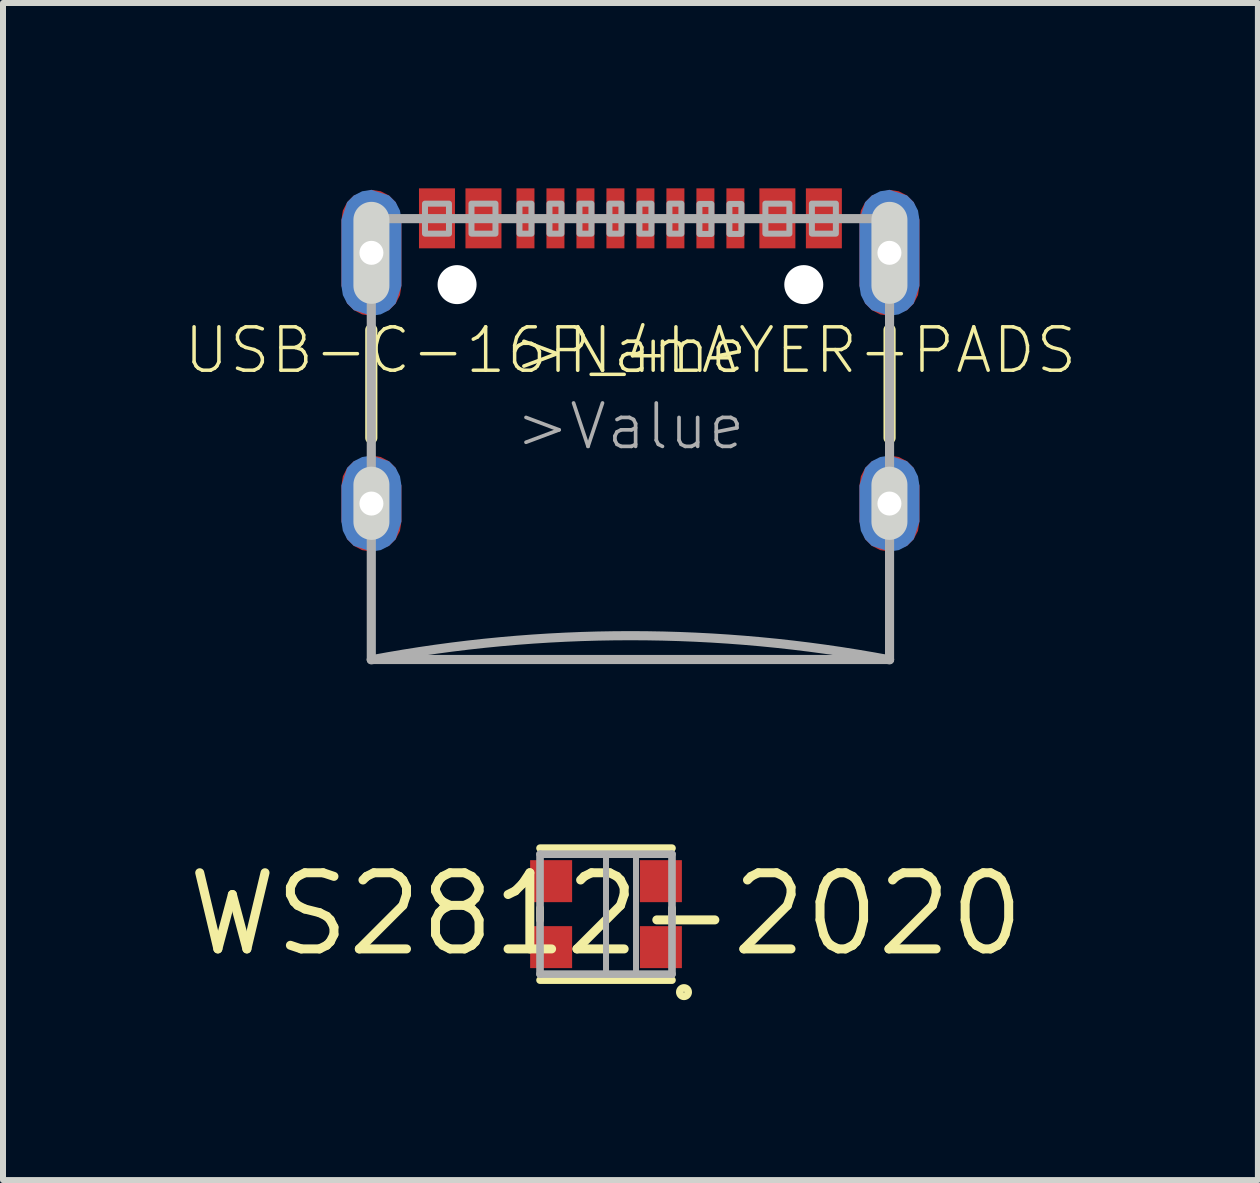
<source format=kicad_pcb>
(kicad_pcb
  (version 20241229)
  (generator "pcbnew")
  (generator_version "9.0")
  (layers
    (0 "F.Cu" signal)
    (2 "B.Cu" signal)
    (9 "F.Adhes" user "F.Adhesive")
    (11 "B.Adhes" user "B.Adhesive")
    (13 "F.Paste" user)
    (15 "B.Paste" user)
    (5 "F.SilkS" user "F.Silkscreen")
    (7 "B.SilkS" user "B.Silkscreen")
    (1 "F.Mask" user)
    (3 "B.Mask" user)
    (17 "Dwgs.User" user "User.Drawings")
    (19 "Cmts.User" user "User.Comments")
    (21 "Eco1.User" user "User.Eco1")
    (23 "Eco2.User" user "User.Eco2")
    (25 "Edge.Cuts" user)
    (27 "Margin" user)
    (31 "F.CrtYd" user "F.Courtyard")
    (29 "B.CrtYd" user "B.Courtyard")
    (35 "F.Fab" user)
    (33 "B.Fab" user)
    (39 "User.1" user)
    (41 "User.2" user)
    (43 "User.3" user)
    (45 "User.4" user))
  (footprint "WS2812-2020"
    (layer "F.Cu")
    (at 7.053 12.19)
    (property "Reference" "WS2812-2020" (at 0 0 0) (layer "F.SilkS") (effects (font (size 1.27 1.27) (thickness 0.15))))
    (attr through_hole)
    (fp_line (start -1.1 -1.1) (end 1.1 -1.1) (stroke (width 0.127) (type solid)) (layer "F.SilkS"))
    (fp_line (start -1.1 0.1) (end -1.1 -0.1) (stroke (width 0.127) (type solid)) (layer "F.SilkS"))
    (fp_line (start 1.1 0.1) (end 1.1 -0.1) (stroke (width 0.127) (type solid)) (layer "F.SilkS"))
    (fp_line (start 1.1 1.1) (end -1.1 1.1) (stroke (width 0.127) (type solid)) (layer "F.SilkS"))
    (fp_circle (center 1.3 1.3) (end 1.37 1.3) (stroke (width 0.127) (type solid)) (fill no) (layer "F.SilkS"))
    (fp_line (start -1.1 -1) (end -1.1 1) (stroke (width 0.127) (type solid)) (layer "F.Fab"))
    (fp_line (start -1.1 1) (end 1.1 1) (stroke (width 0.127) (type solid)) (layer "F.Fab"))
    (fp_line (start 1.1 -1) (end -1.1 -1) (stroke (width 0.127) (type solid)) (layer "F.Fab"))
    (fp_line (start 1.1 1) (end 1.1 -1) (stroke (width 0.127) (type solid)) (layer "F.Fab"))
    (fp_poly (pts (xy 0 1) (xy 0.5 1) (xy 0.5 -1) (xy 0 -1)) (stroke (width 0.1) (type solid)) (fill no) (layer "F.Fab"))
    (pad "1" smd rect (at 0.915 0.55) (size 0.7 0.7) (layers "F.Cu" "F.Mask" "F.Paste"))
    (pad "2" smd rect (at 0.915 -0.55) (size 0.7 0.7) (layers "F.Cu" "F.Mask" "F.Paste"))
    (pad "3" smd rect (at -0.915 -0.55) (size 0.7 0.7) (layers "F.Cu" "F.Mask" "F.Paste"))
    (pad "4" smd rect (at -0.915 0.55) (size 0.7 0.7) (layers "F.Cu" "F.Mask" "F.Paste")))
  (footprint "USB-C-16P_4LAYER-PADS"
    (layer "F.Cu")
    (at 7.46 0.25)
    (property "Reference" "USB-C-16P_4LAYER-PADS" (at 0 2.54 180) (layer "F.SilkS") (effects (font (size 0.724 0.724) (thickness 0.058))))
    (attr through_hole)
    (fp_poly (pts (xy -4.318 5.895) (xy -4.473 5.871) (xy -4.612 5.8) (xy -4.723 5.689) (xy -4.818 5.395) (xy -4.818 4.795) (xy -4.794 4.64) (xy -4.723 4.501) (xy -4.612 4.39) (xy -4.318 4.295) (xy -4.163 4.319) (xy -4.024 4.39) (xy -3.913 4.501) (xy -3.818 4.795) (xy -3.818 5.395) (xy -3.842 5.55) (xy -3.913 5.689) (xy -4.024 5.8)) (stroke (width 0) (type solid)) (fill yes) (layer "F.Cu"))
    (fp_poly (pts (xy -3.818 0.365) (xy -3.818 1.465) (xy -3.842 1.62) (xy -3.913 1.759) (xy -4.024 1.87) (xy -4.318 1.965) (xy -4.473 1.941) (xy -4.612 1.87) (xy -4.723 1.759) (xy -4.818 1.465) (xy -4.818 0.365) (xy -4.794 0.21) (xy -4.723 0.071) (xy -4.612 -0.04) (xy -4.318 -0.135) (xy -4.163 -0.111) (xy -4.024 -0.04) (xy -3.913 0.071)) (stroke (width 0) (type solid)) (fill yes) (layer "F.Cu"))
    (fp_poly (pts (xy 4.818 0.365) (xy 4.818 1.465) (xy 4.794 1.62) (xy 4.723 1.759) (xy 4.612 1.87) (xy 4.318 1.965) (xy 4.163 1.941) (xy 4.024 1.87) (xy 3.913 1.759) (xy 3.818 1.465) (xy 3.818 0.365) (xy 3.842 0.21) (xy 3.913 0.071) (xy 4.024 -0.04) (xy 4.318 -0.135) (xy 4.473 -0.111) (xy 4.612 -0.04) (xy 4.723 0.071)) (stroke (width 0) (type solid)) (fill yes) (layer "F.Cu"))
    (fp_poly (pts (xy 4.818 4.795) (xy 4.818 5.395) (xy 4.794 5.55) (xy 4.723 5.689) (xy 4.612 5.8) (xy 4.318 5.895) (xy 4.163 5.871) (xy 4.024 5.8) (xy 3.913 5.689) (xy 3.818 5.395) (xy 3.818 4.795) (xy 3.842 4.64) (xy 3.913 4.501) (xy 4.024 4.39) (xy 4.318 4.295) (xy 4.473 4.319) (xy 4.612 4.39) (xy 4.723 4.501)) (stroke (width 0) (type solid)) (fill yes) (layer "F.Cu"))
    (fp_poly (pts (xy -4.92 1.52) (xy -4.92 0.32) (xy -4.885 0.143) (xy -4.796 -0.015) (xy -4.664 -0.138) (xy -4.32 -0.235) (xy -4.14 -0.214) (xy -3.976 -0.138) (xy -3.844 -0.015) (xy -3.755 0.143) (xy -3.72 0.32) (xy -3.72 1.52) (xy -3.757 1.696) (xy -3.846 1.851) (xy -3.978 1.972) (xy -4.32 2.065) (xy -4.498 2.045) (xy -4.662 1.972) (xy -4.794 1.851)) (stroke (width 0) (type solid)) (fill yes) (layer "F.Mask"))
    (fp_poly (pts (xy -4.92 5.4) (xy -4.92 4.8) (xy -4.891 4.614) (xy -4.806 4.445) (xy -4.674 4.312) (xy -4.506 4.225) (xy -4.32 4.195) (xy -4.134 4.225) (xy -3.966 4.312) (xy -3.834 4.445) (xy -3.72 4.8) (xy -3.72 5.4) (xy -3.75 5.585) (xy -3.836 5.751) (xy -3.968 5.882) (xy -4.32 5.995) (xy -4.505 5.967) (xy -4.672 5.882) (xy -4.804 5.751)) (stroke (width 0) (type solid)) (fill yes) (layer "F.Mask"))
    (fp_poly (pts (xy 3.72 1.52) (xy 3.72 0.32) (xy 3.755 0.143) (xy 3.844 -0.015) (xy 3.976 -0.138) (xy 4.32 -0.235) (xy 4.5 -0.214) (xy 4.664 -0.138) (xy 4.796 -0.015) (xy 4.885 0.143) (xy 4.92 0.32) (xy 4.92 1.52) (xy 4.883 1.696) (xy 4.794 1.851) (xy 4.662 1.972) (xy 4.32 2.065) (xy 4.142 2.045) (xy 3.978 1.972) (xy 3.846 1.851)) (stroke (width 0) (type solid)) (fill yes) (layer "F.Mask"))
    (fp_poly (pts (xy 3.72 5.4) (xy 3.72 4.8) (xy 3.749 4.614) (xy 3.834 4.445) (xy 3.966 4.312) (xy 4.134 4.225) (xy 4.32 4.195) (xy 4.506 4.225) (xy 4.674 4.312) (xy 4.806 4.445) (xy 4.92 4.8) (xy 4.92 5.4) (xy 4.89 5.585) (xy 4.804 5.751) (xy 4.672 5.882) (xy 4.32 5.995) (xy 4.135 5.967) (xy 3.968 5.882) (xy 3.836 5.751)) (stroke (width 0) (type solid)) (fill yes) (layer "F.Mask"))
    (fp_poly (pts (xy -4.818 0.365) (xy -4.818 1.465) (xy -4.794 1.62) (xy -4.723 1.759) (xy -4.612 1.87) (xy -4.318 1.965) (xy -4.163 1.941) (xy -4.024 1.87) (xy -3.913 1.759) (xy -3.818 1.465) (xy -3.818 0.365) (xy -3.842 0.21) (xy -3.913 0.071) (xy -4.024 -0.04) (xy -4.318 -0.135) (xy -4.473 -0.111) (xy -4.612 -0.04) (xy -4.723 0.071)) (stroke (width 0) (type solid)) (fill yes) (layer "B.Cu"))
    (fp_poly (pts (xy -4.818 4.795) (xy -4.818 5.395) (xy -4.794 5.55) (xy -4.723 5.689) (xy -4.612 5.8) (xy -4.318 5.895) (xy -4.163 5.871) (xy -4.024 5.8) (xy -3.913 5.689) (xy -3.818 5.395) (xy -3.818 4.795) (xy -3.842 4.64) (xy -3.913 4.501) (xy -4.024 4.39) (xy -4.318 4.295) (xy -4.473 4.319) (xy -4.612 4.39) (xy -4.723 4.501)) (stroke (width 0) (type solid)) (fill yes) (layer "B.Cu"))
    (fp_poly (pts (xy 3.818 0.365) (xy 3.818 1.465) (xy 3.842 1.62) (xy 3.913 1.759) (xy 4.024 1.87) (xy 4.318 1.965) (xy 4.473 1.941) (xy 4.612 1.87) (xy 4.723 1.759) (xy 4.818 1.465) (xy 4.818 0.365) (xy 4.794 0.21) (xy 4.723 0.071) (xy 4.612 -0.04) (xy 4.318 -0.135) (xy 4.163 -0.111) (xy 4.024 -0.04) (xy 3.913 0.071)) (stroke (width 0) (type solid)) (fill yes) (layer "B.Cu"))
    (fp_poly (pts (xy 4.318 5.895) (xy 4.473 5.871) (xy 4.612 5.8) (xy 4.723 5.689) (xy 4.818 5.395) (xy 4.818 4.795) (xy 4.794 4.64) (xy 4.723 4.501) (xy 4.612 4.39) (xy 4.318 4.295) (xy 4.163 4.319) (xy 4.024 4.39) (xy 3.913 4.501) (xy 3.818 4.795) (xy 3.818 5.395) (xy 3.842 5.55) (xy 3.913 5.689) (xy 4.024 5.8)) (stroke (width 0) (type solid)) (fill yes) (layer "B.Cu"))
    (fp_poly (pts (xy -4.618 5.4) (xy -4.618 4.78) (xy -4.578 4.63) (xy -4.468 4.52) (xy -4.318 4.48) (xy -4.168 4.52) (xy -4.058 4.63) (xy -4.018 4.78) (xy -4.018 5.4) (xy -4.058 5.55) (xy -4.168 5.66) (xy -4.318 5.7) (xy -4.468 5.66) (xy -4.578 5.55)) (stroke (width 0) (type solid)) (fill yes) (layer "In1.Cu"))
    (fp_poly (pts (xy -4.018 0.365) (xy -4.018 1.465) (xy -4.058 1.615) (xy -4.168 1.725) (xy -4.318 1.765) (xy -4.468 1.725) (xy -4.578 1.615) (xy -4.618 1.465) (xy -4.618 0.365) (xy -4.578 0.215) (xy -4.468 0.105) (xy -4.318 0.065) (xy -4.168 0.105) (xy -4.058 0.215)) (stroke (width 0) (type solid)) (fill yes) (layer "In1.Cu"))
    (fp_poly (pts (xy 4.318 5.7) (xy 4.168 5.66) (xy 4.058 5.55) (xy 4.018 5.4) (xy 4.018 4.78) (xy 4.058 4.63) (xy 4.168 4.52) (xy 4.318 4.48) (xy 4.468 4.52) (xy 4.578 4.63) (xy 4.618 4.78) (xy 4.618 5.4) (xy 4.578 5.55) (xy 4.468 5.66)) (stroke (width 0) (type solid)) (fill yes) (layer "In1.Cu"))
    (fp_poly (pts (xy 4.618 0.365) (xy 4.618 1.465) (xy 4.578 1.615) (xy 4.468 1.725) (xy 4.318 1.765) (xy 4.168 1.725) (xy 4.058 1.615) (xy 4.018 1.465) (xy 4.018 0.365) (xy 4.058 0.215) (xy 4.168 0.105) (xy 4.318 0.065) (xy 4.468 0.105) (xy 4.578 0.215)) (stroke (width 0) (type solid)) (fill yes) (layer "In1.Cu"))
    (fp_line (start -4.32 2.2) (end -4.32 4) (stroke (width 0.203) (type solid)) (layer "F.SilkS"))
    (fp_line (start 4.32 2.2) (end 4.32 4) (stroke (width 0.203) (type solid)) (layer "F.SilkS"))
    (fp_poly (pts (xy -4.618 5.4) (xy -4.618 4.78) (xy -4.578 4.63) (xy -4.468 4.52) (xy -4.318 4.48) (xy -4.168 4.52) (xy -4.058 4.63) (xy -4.018 4.78) (xy -4.018 5.4) (xy -4.058 5.55) (xy -4.168 5.66) (xy -4.318 5.7) (xy -4.468 5.66) (xy -4.578 5.55)) (stroke (width 0) (type solid)) (fill yes) (layer "In2.Cu"))
    (fp_poly (pts (xy -4.018 0.365) (xy -4.018 1.465) (xy -4.058 1.615) (xy -4.168 1.725) (xy -4.318 1.765) (xy -4.468 1.725) (xy -4.578 1.615) (xy -4.618 1.465) (xy -4.618 0.365) (xy -4.578 0.215) (xy -4.468 0.105) (xy -4.318 0.065) (xy -4.168 0.105) (xy -4.058 0.215)) (stroke (width 0) (type solid)) (fill yes) (layer "In2.Cu"))
    (fp_poly (pts (xy 4.318 5.7) (xy 4.168 5.66) (xy 4.058 5.55) (xy 4.018 5.4) (xy 4.018 4.78) (xy 4.058 4.63) (xy 4.168 4.52) (xy 4.318 4.48) (xy 4.468 4.52) (xy 4.578 4.63) (xy 4.618 4.78) (xy 4.618 5.4) (xy 4.578 5.55) (xy 4.468 5.66)) (stroke (width 0) (type solid)) (fill yes) (layer "In2.Cu"))
    (fp_poly (pts (xy 4.618 0.365) (xy 4.618 1.465) (xy 4.578 1.615) (xy 4.468 1.725) (xy 4.318 1.765) (xy 4.168 1.725) (xy 4.058 1.615) (xy 4.018 1.465) (xy 4.018 0.365) (xy 4.058 0.215) (xy 4.168 0.105) (xy 4.318 0.065) (xy 4.468 0.105) (xy 4.578 0.215)) (stroke (width 0) (type solid)) (fill yes) (layer "In2.Cu"))
    (fp_poly (pts (xy -4.82 1.52) (xy -4.82 0.32) (xy -4.784 0.14) (xy -4.682 -0.012) (xy -4.35 -0.15) (xy -4.194 -0.135) (xy -4.05 -0.072) (xy -3.933 0.032) (xy -3.82 0.32) (xy -3.82 1.52) (xy -3.876 1.7) (xy -3.996 1.845) (xy -4.35 1.95) (xy -4.524 1.923) (xy -4.674 1.832)) (stroke (width 0) (type solid)) (fill yes) (layer "F.Paste"))
    (fp_poly (pts (xy -4.82 5.4) (xy -4.82 4.8) (xy -4.792 4.643) (xy -4.717 4.502) (xy -4.602 4.392) (xy -4.3 4.3) (xy -4.113 4.341) (xy -3.956 4.451) (xy -3.82 4.8) (xy -3.82 5.4) (xy -3.853 5.588) (xy -3.956 5.749) (xy -4.3 5.9) (xy -4.458 5.878) (xy -4.602 5.808) (xy -4.717 5.698)) (stroke (width 0) (type solid)) (fill yes) (layer "F.Paste"))
    (fp_poly (pts (xy 3.82 1.57) (xy 3.82 0.37) (xy 3.838 0.215) (xy 3.904 0.072) (xy 4.01 -0.043) (xy 4.146 -0.119) (xy 4.3 -0.15) (xy 4.454 -0.133) (xy 4.596 -0.07) (xy 4.711 0.034) (xy 4.82 0.32) (xy 4.82 1.52) (xy 4.767 1.698) (xy 4.649 1.843) (xy 4.3 1.95) (xy 4.132 1.936) (xy 3.981 1.859)) (stroke (width 0) (type solid)) (fill yes) (layer "F.Paste"))
    (fp_poly (pts (xy 3.82 5.45) (xy 3.82 4.85) (xy 3.834 4.689) (xy 3.898 4.541) (xy 4.004 4.419) (xy 4.3 4.3) (xy 4.458 4.322) (xy 4.602 4.392) (xy 4.717 4.502) (xy 4.82 4.8) (xy 4.82 5.4) (xy 4.789 5.587) (xy 4.689 5.747) (xy 4.35 5.9) (xy 4.197 5.888) (xy 4.054 5.83) (xy 3.937 5.73)) (stroke (width 0) (type solid)) (fill yes) (layer "F.Paste"))
    (fp_line (start -4.318 0.365) (end -4.318 1.465) (stroke (width 0.6) (type solid)) (layer "Edge.Cuts"))
    (fp_line (start -4.318 4.78) (end -4.318 5.4) (stroke (width 0.6) (type solid)) (layer "Edge.Cuts"))
    (fp_line (start 4.318 0.365) (end 4.318 1.465) (stroke (width 0.6) (type solid)) (layer "Edge.Cuts"))
    (fp_line (start 4.318 4.78) (end 4.318 5.4) (stroke (width 0.6) (type solid)) (layer "Edge.Cuts"))
    (fp_line (start -4.32 0.345) (end -4.32 1.965) (stroke (width 0.01) (type solid)) (layer "F.Fab"))
    (fp_line (start -4.32 0.345) (end 4.32 0.345) (stroke (width 0.152) (type solid)) (layer "F.Fab"))
    (fp_line (start -4.32 4.295) (end -4.32 5.895) (stroke (width 0.01) (type solid)) (layer "F.Fab"))
    (fp_line (start -4.32 7.695) (end -4.32 0.345) (stroke (width 0.152) (type solid)) (layer "F.Fab"))
    (fp_line (start -4.32 7.695) (end 4.32 7.695) (stroke (width 0.152) (type solid)) (layer "F.Fab"))
    (fp_line (start 4.32 0.345) (end 4.32 1.965) (stroke (width 0.01) (type solid)) (layer "F.Fab"))
    (fp_line (start 4.32 0.345) (end 4.32 7.695) (stroke (width 0.152) (type solid)) (layer "F.Fab"))
    (fp_line (start 4.32 4.295) (end 4.32 5.895) (stroke (width 0.01) (type solid)) (layer "F.Fab"))
    (fp_arc (start -4.32 7.7) (mid 0 7.297675) (end 4.32 7.7) (stroke (width 0.1524) (type solid)) (layer "F.Fab"))
    (fp_poly (pts (xy -3.425 0.595) (xy -3.025 0.595) (xy -3.025 0.095) (xy -3.425 0.095)) (stroke (width 0.1) (type solid)) (fill no) (layer "F.Fab"))
    (fp_poly (pts (xy -2.65 0.595) (xy -2.25 0.595) (xy -2.25 0.095) (xy -2.65 0.095)) (stroke (width 0.1) (type solid)) (fill no) (layer "F.Fab"))
    (fp_poly (pts (xy -1.85 0.595) (xy -1.65 0.595) (xy -1.65 0.095) (xy -1.85 0.095)) (stroke (width 0.1) (type solid)) (fill no) (layer "F.Fab"))
    (fp_poly (pts (xy -1.35 0.595) (xy -1.15 0.595) (xy -1.15 0.095) (xy -1.35 0.095)) (stroke (width 0.1) (type solid)) (fill no) (layer "F.Fab"))
    (fp_poly (pts (xy -0.85 0.595) (xy -0.65 0.595) (xy -0.65 0.095) (xy -0.85 0.095)) (stroke (width 0.1) (type solid)) (fill no) (layer "F.Fab"))
    (fp_poly (pts (xy -0.35 0.595) (xy -0.15 0.595) (xy -0.15 0.095) (xy -0.35 0.095)) (stroke (width 0.1) (type solid)) (fill no) (layer "F.Fab"))
    (fp_poly (pts (xy 0.15 0.595) (xy 0.35 0.595) (xy 0.35 0.095) (xy 0.15 0.095)) (stroke (width 0.1) (type solid)) (fill no) (layer "F.Fab"))
    (fp_poly (pts (xy 0.65 0.595) (xy 0.85 0.595) (xy 0.85 0.095) (xy 0.65 0.095)) (stroke (width 0.1) (type solid)) (fill no) (layer "F.Fab"))
    (fp_poly (pts (xy 1.15 0.6) (xy 1.35 0.6) (xy 1.35 0.1) (xy 1.15 0.1)) (stroke (width 0.1) (type solid)) (fill no) (layer "F.Fab"))
    (fp_poly (pts (xy 1.65 0.6) (xy 1.85 0.6) (xy 1.85 0.1) (xy 1.65 0.1)) (stroke (width 0.1) (type solid)) (fill no) (layer "F.Fab"))
    (fp_poly (pts (xy 2.25 0.595) (xy 2.65 0.595) (xy 2.65 0.095) (xy 2.25 0.095)) (stroke (width 0.1) (type solid)) (fill no) (layer "F.Fab"))
    (fp_poly (pts (xy 3.025 0.595) (xy 3.425 0.595) (xy 3.425 0.095) (xy 3.025 0.095)) (stroke (width 0.1) (type solid)) (fill no) (layer "F.Fab"))
    (fp_text user ">Name" (at 0 2.54 0) (layer "F.SilkS") (effects (font (size 0.724 0.724) (thickness 0.061))))
    (fp_text user ">Value" (at 0 3.81 0) (layer "F.Fab") (effects (font (size 0.724 0.724) (thickness 0.061))))
    (pad "" np_thru_hole circle (at -2.89 1.445) (size 0.65 0.65) (drill 0.65) (layers "*.Cu" "*.Mask"))
    (pad "" np_thru_hole circle (at 2.89 1.445) (size 0.65 0.65) (drill 0.65) (layers "*.Cu" "*.Mask"))
    (pad "A5" smd rect (at -1.25 0.34 180) (size 0.3 1) (layers "F.Cu" "F.Mask" "F.Paste"))
    (pad "A6" smd rect (at -0.25 0.34 180) (size 0.3 1) (layers "F.Cu" "F.Mask" "F.Paste"))
    (pad "A7" smd rect (at 0.25 0.34) (size 0.3 1) (layers "F.Cu" "F.Mask" "F.Paste"))
    (pad "A8" smd rect (at 1.25 0.34) (size 0.3 1) (layers "F.Cu" "F.Mask" "F.Paste"))
    (pad "B5" smd rect (at 1.75 0.34) (size 0.3 1) (layers "F.Cu" "F.Mask" "F.Paste"))
    (pad "B6" smd rect (at 0.75 0.34) (size 0.3 1) (layers "F.Cu" "F.Mask" "F.Paste"))
    (pad "B7" smd rect (at -0.75 0.34 180) (size 0.3 1) (layers "F.Cu" "F.Mask" "F.Paste"))
    (pad "B8" smd rect (at -1.75 0.34 180) (size 0.3 1) (layers "F.Cu" "F.Mask" "F.Paste"))
    (pad "GND" smd rect (at -3.225 0.34 180) (size 0.6 1) (layers "F.Cu" "F.Mask" "F.Paste"))
    (pad "GND2" smd rect (at 3.225 0.34) (size 0.6 1) (layers "F.Cu" "F.Mask" "F.Paste"))
    (pad "SHLD1" thru_hole oval (at -4.318 0.915 90) (size 1.2 0.6) (drill 0.4) (layers "*.Cu" "*.Mask"))
    (pad "SHLD2" thru_hole oval (at 4.318 0.915 90) (size 1.2 0.6) (drill 0.4) (layers "*.Cu" "*.Mask"))
    (pad "SHLD3" thru_hole oval (at -4.318 5.095 90) (size 1.2 0.6) (drill 0.4) (layers "*.Cu" "*.Mask"))
    (pad "SHLD4" thru_hole oval (at 4.318 5.095 90) (size 1.2 0.6) (drill 0.4) (layers "*.Cu" "*.Mask"))
    (pad "VBUS1" smd rect (at -2.45 0.34 180) (size 0.6 1) (layers "F.Cu" "F.Mask" "F.Paste"))
    (pad "VBUS2" smd rect (at 2.45 0.34) (size 0.6 1) (layers "F.Cu" "F.Mask" "F.Paste")))
  (gr_rect
    (start -3 -3)
    (end 17.921 16.623)
    (stroke (width 0.1) (type default))
    (fill no)
    (layer "Edge.Cuts")))
</source>
